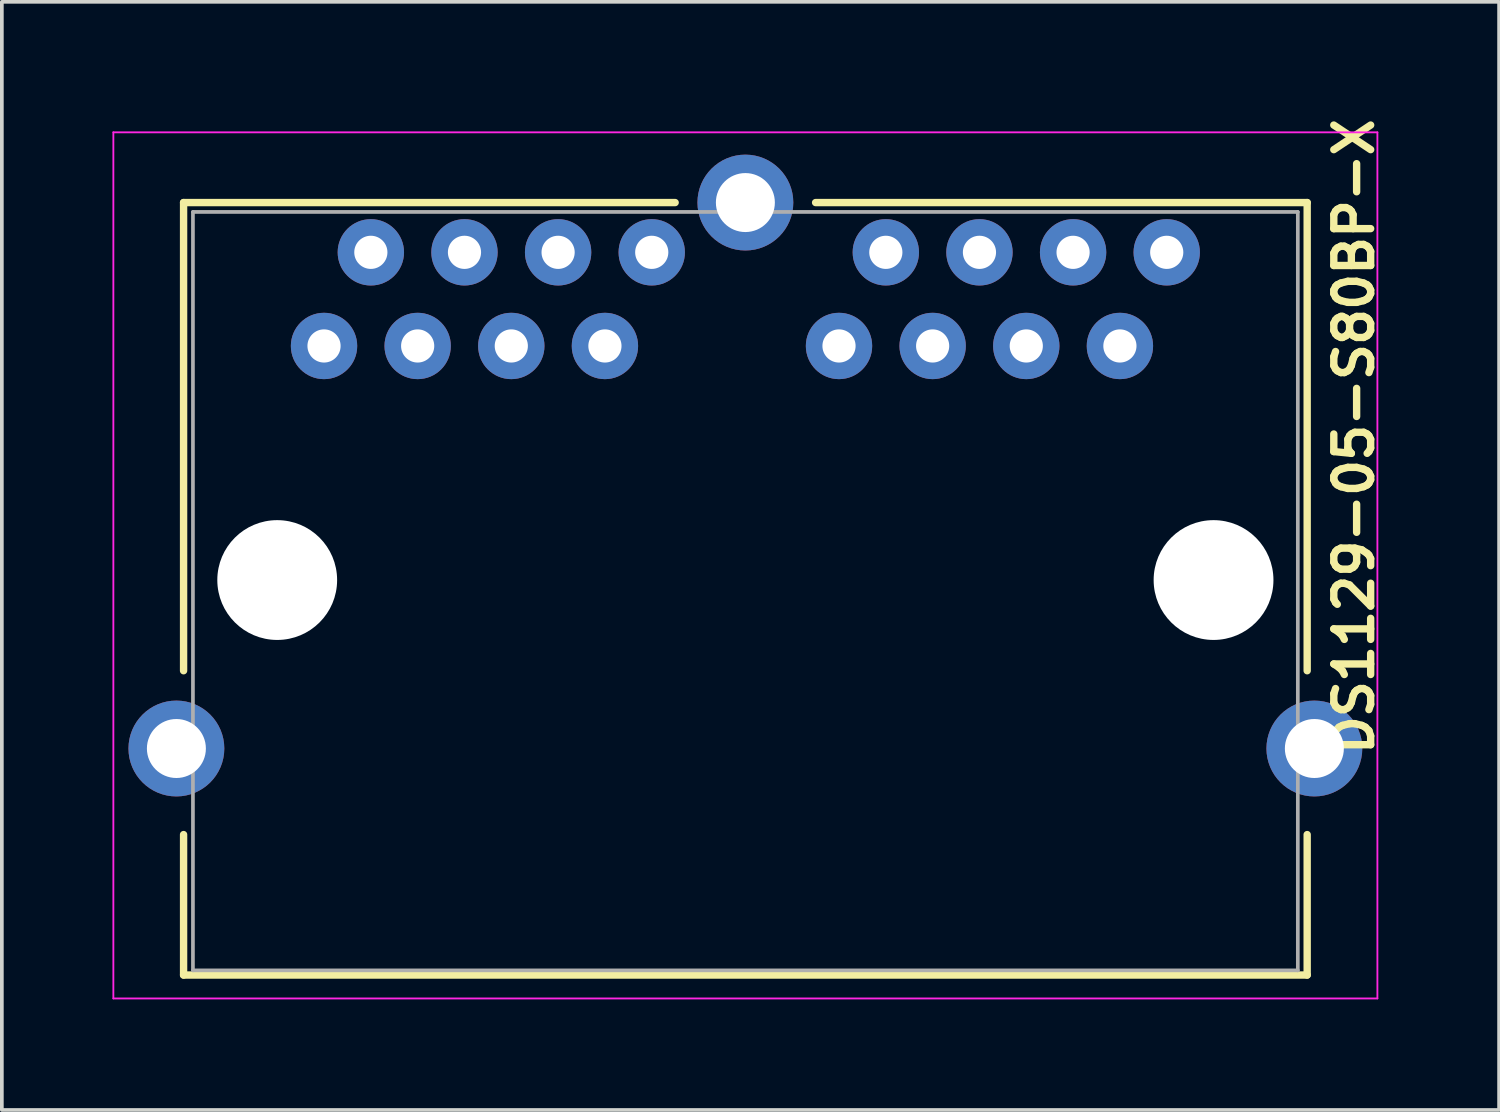
<source format=kicad_pcb>
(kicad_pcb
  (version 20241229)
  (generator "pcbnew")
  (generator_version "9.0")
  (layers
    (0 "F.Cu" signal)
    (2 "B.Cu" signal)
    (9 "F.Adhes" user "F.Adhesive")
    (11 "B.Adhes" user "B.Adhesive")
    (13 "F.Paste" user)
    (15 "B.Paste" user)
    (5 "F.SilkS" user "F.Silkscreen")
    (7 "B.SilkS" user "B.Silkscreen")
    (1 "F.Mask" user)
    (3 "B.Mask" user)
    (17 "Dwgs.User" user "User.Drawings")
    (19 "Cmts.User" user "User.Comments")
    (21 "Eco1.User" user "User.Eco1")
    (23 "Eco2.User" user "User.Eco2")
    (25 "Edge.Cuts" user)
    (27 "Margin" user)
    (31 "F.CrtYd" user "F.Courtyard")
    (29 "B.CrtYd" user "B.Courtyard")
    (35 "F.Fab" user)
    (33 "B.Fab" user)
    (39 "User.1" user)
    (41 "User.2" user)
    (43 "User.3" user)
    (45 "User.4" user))
  (footprint "DS1129-05-S80BP-X"
    (layer "F.Cu")
    (at 5.74 6.335)
    (property "Reference" "DS1129-05-S80BP-X" (at 27.94 2.46 90) (layer "F.SilkS") (effects (font (size 1 1) (thickness 0.2))))
    (attr through_hole)
    (fp_line (start -3.81 -3.89) (end -3.81 8.81) (stroke (width 0.2) (type solid)) (layer "F.SilkS"))
    (fp_line (start -3.81 -3.89) (end 9.525 -3.89) (stroke (width 0.2) (type solid)) (layer "F.SilkS"))
    (fp_line (start -3.81 17.065) (end -3.81 13.255) (stroke (width 0.2) (type solid)) (layer "F.SilkS"))
    (fp_line (start 13.335 -3.89) (end 26.67 -3.89) (stroke (width 0.2) (type solid)) (layer "F.SilkS"))
    (fp_line (start 26.67 -3.89) (end 26.67 8.81) (stroke (width 0.2) (type solid)) (layer "F.SilkS"))
    (fp_line (start 26.67 13.255) (end 26.67 17.065) (stroke (width 0.2) (type solid)) (layer "F.SilkS"))
    (fp_line (start 26.67 17.065) (end -3.81 17.065) (stroke (width 0.2) (type solid)) (layer "F.SilkS"))
    (fp_line (start -5.715 -5.795) (end 28.575 -5.795) (stroke (width 0.05) (type solid)) (layer "F.CrtYd"))
    (fp_line (start -5.715 17.7) (end -5.715 -5.795) (stroke (width 0.05) (type solid)) (layer "F.CrtYd"))
    (fp_line (start 28.575 -5.795) (end 28.575 17.7) (stroke (width 0.05) (type solid)) (layer "F.CrtYd"))
    (fp_line (start 28.575 17.7) (end -5.715 17.7) (stroke (width 0.05) (type solid)) (layer "F.CrtYd"))
    (fp_line (start -3.556 -3.636) (end 26.416 -3.636) (stroke (width 0.1) (type solid)) (layer "F.Fab"))
    (fp_line (start -3.556 16.938) (end -3.556 -3.636) (stroke (width 0.1) (type solid)) (layer "F.Fab"))
    (fp_line (start 26.416 -3.636) (end 26.416 16.938) (stroke (width 0.1) (type solid)) (layer "F.Fab"))
    (fp_line (start 26.416 16.938) (end -3.556 16.938) (stroke (width 0.1) (type solid)) (layer "F.Fab"))
    (pad "" thru_hole circle (at -4.005 10.92) (size 2.6 2.6) (drill 1.6) (layers "*.Cu" "*.Mask"))
    (pad "" np_thru_hole circle (at -1.27 6.35) (size 3.25 3.25) (drill 3.25) (layers "*.Cu" "*.Mask"))
    (pad "" thru_hole circle (at 11.43 -3.89) (size 2.6 2.6) (drill 1.6) (layers "*.Cu" "*.Mask"))
    (pad "" np_thru_hole circle (at 24.13 6.35) (size 3.25 3.25) (drill 3.25) (layers "*.Cu" "*.Mask"))
    (pad "" thru_hole circle (at 26.865 10.92) (size 2.6 2.6) (drill 1.6) (layers "*.Cu" "*.Mask"))
    (pad "1" thru_hole circle (at 0 0) (size 1.8 1.8) (drill 0.9) (layers "*.Cu" "*.Mask"))
    (pad "2" thru_hole circle (at 1.27 -2.54) (size 1.8 1.8) (drill 0.9) (layers "*.Cu" "*.Mask"))
    (pad "3" thru_hole circle (at 2.54 0) (size 1.8 1.8) (drill 0.9) (layers "*.Cu" "*.Mask"))
    (pad "4" thru_hole circle (at 3.81 -2.54) (size 1.8 1.8) (drill 0.9) (layers "*.Cu" "*.Mask"))
    (pad "5" thru_hole circle (at 5.08 0) (size 1.8 1.8) (drill 0.9) (layers "*.Cu" "*.Mask"))
    (pad "6" thru_hole circle (at 6.35 -2.54) (size 1.8 1.8) (drill 0.9) (layers "*.Cu" "*.Mask"))
    (pad "7" thru_hole circle (at 7.62 0) (size 1.8 1.8) (drill 0.9) (layers "*.Cu" "*.Mask"))
    (pad "8" thru_hole circle (at 8.89 -2.54) (size 1.8 1.8) (drill 0.9) (layers "*.Cu" "*.Mask"))
    (pad "9" thru_hole circle (at 13.97 0) (size 1.8 1.8) (drill 0.9) (layers "*.Cu" "*.Mask"))
    (pad "10" thru_hole circle (at 15.24 -2.54) (size 1.8 1.8) (drill 0.9) (layers "*.Cu" "*.Mask"))
    (pad "11" thru_hole circle (at 16.51 0) (size 1.8 1.8) (drill 0.9) (layers "*.Cu" "*.Mask"))
    (pad "12" thru_hole circle (at 17.78 -2.54) (size 1.8 1.8) (drill 0.9) (layers "*.Cu" "*.Mask"))
    (pad "13" thru_hole circle (at 19.05 0) (size 1.8 1.8) (drill 0.9) (layers "*.Cu" "*.Mask"))
    (pad "14" thru_hole circle (at 20.32 -2.54) (size 1.8 1.8) (drill 0.9) (layers "*.Cu" "*.Mask"))
    (pad "15" thru_hole circle (at 21.59 0) (size 1.8 1.8) (drill 0.9) (layers "*.Cu" "*.Mask"))
    (pad "16" thru_hole circle (at 22.86 -2.54) (size 1.8 1.8) (drill 0.9) (layers "*.Cu" "*.Mask")))
  (gr_rect
    (start -3 -3)
    (end 37.616 27.06)
    (stroke (width 0.1) (type default))
    (fill no)
    (layer "Edge.Cuts")))
</source>
